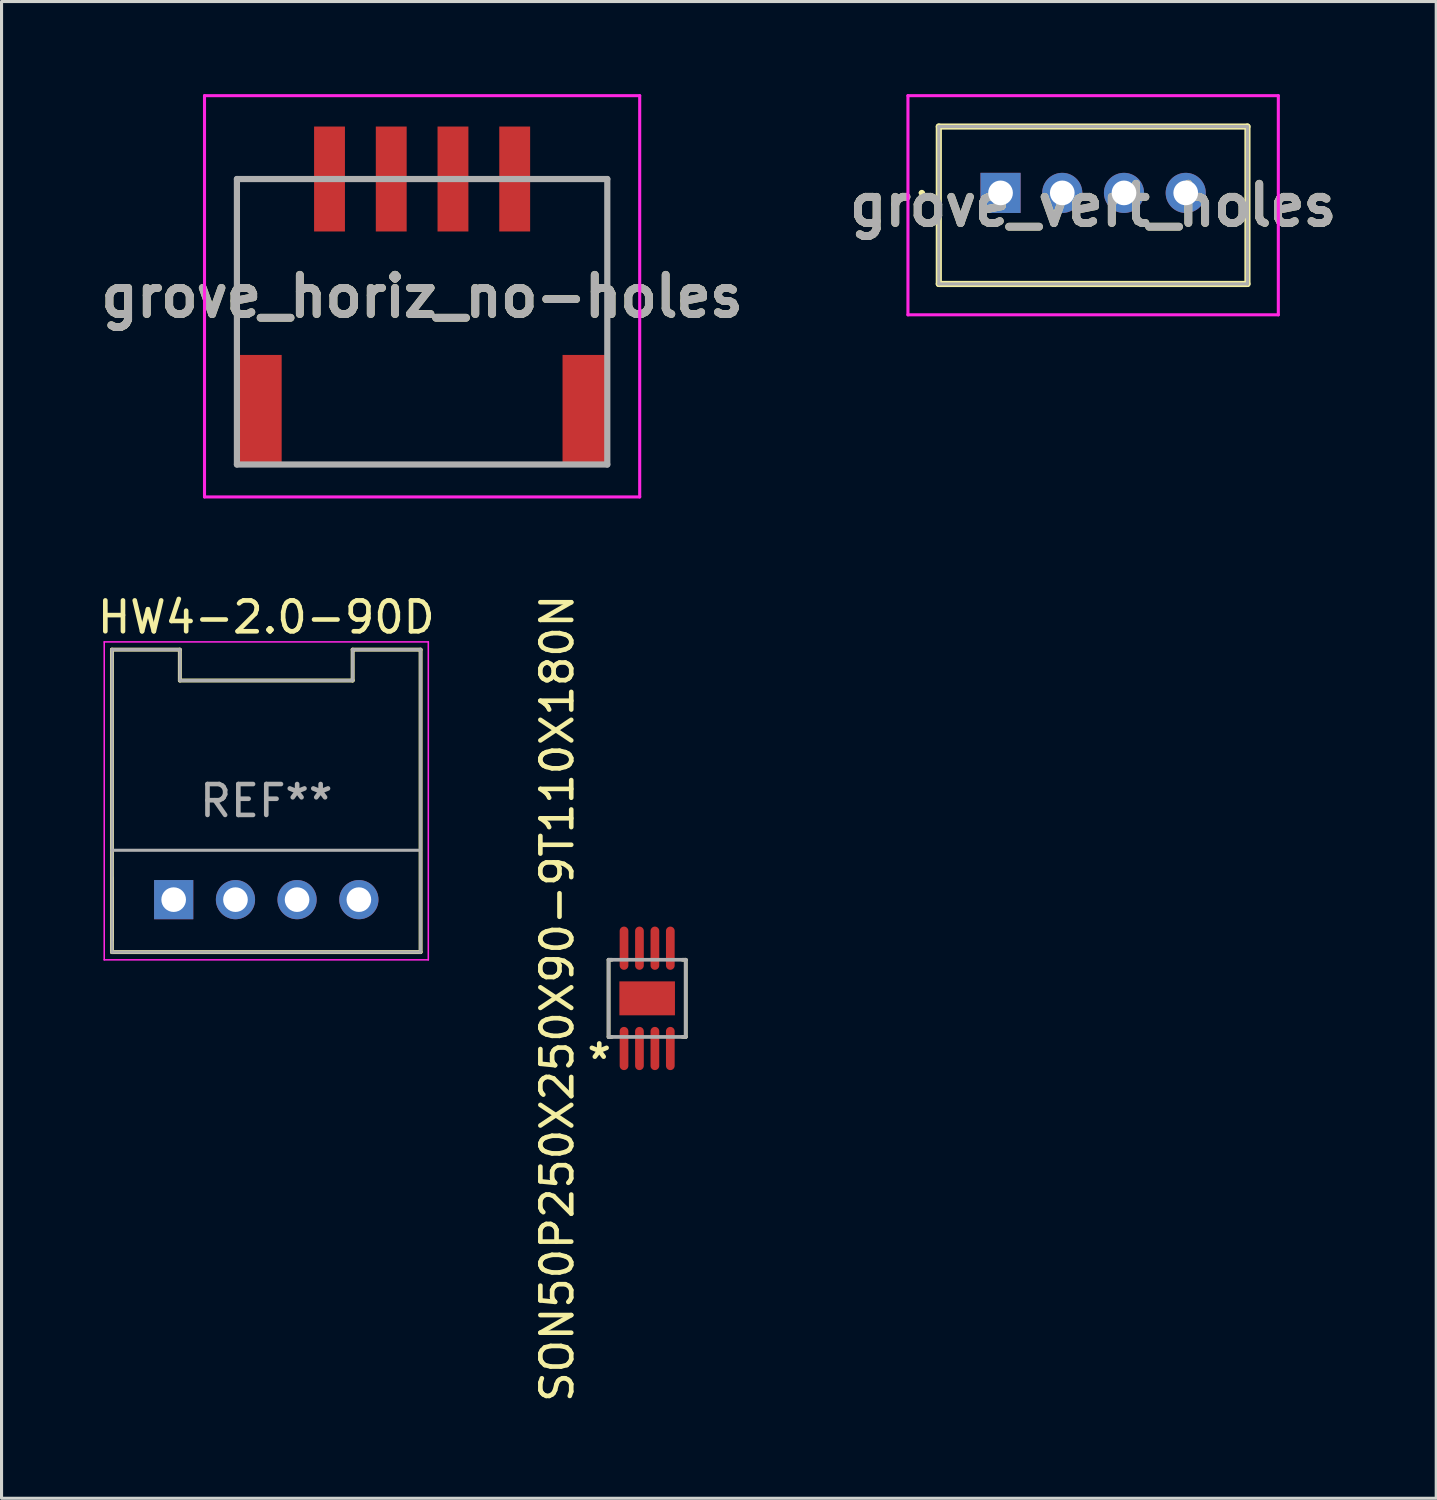
<source format=kicad_pcb>
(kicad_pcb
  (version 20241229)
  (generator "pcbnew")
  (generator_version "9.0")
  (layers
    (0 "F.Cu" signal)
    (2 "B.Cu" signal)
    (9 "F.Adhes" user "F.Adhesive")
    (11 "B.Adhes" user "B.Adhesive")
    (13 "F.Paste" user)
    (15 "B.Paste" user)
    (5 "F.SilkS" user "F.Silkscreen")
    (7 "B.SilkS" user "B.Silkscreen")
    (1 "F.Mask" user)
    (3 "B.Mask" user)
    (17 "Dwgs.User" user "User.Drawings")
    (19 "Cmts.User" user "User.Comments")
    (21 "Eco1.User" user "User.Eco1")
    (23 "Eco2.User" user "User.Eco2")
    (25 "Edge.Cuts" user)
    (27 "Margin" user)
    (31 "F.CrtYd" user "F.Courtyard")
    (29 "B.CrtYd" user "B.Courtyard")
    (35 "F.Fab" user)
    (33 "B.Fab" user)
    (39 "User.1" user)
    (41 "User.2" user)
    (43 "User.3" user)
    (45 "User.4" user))
  (footprint "grove_vert_holes"
    (layer "F.Cu")
    (at 29.367 3.2)
    (property "Reference" "grove_vert_holes" (at 3 0.4 0) (layer "F.SilkS") (effects (font (size 1.27 1.27) (thickness 0.254))))
    (attr through_hole)
    (fp_line (start -2.6 0) (end -2.6 0) (stroke (width 0.1) (type solid)) (layer "F.SilkS"))
    (fp_line (start -2.5 0) (end -2.5 0) (stroke (width 0.1) (type solid)) (layer "F.SilkS"))
    (fp_line (start -2 -2.15) (end 8 -2.15) (stroke (width 0.2) (type solid)) (layer "F.SilkS"))
    (fp_line (start -2 2.95) (end -2 -2.15) (stroke (width 0.2) (type solid)) (layer "F.SilkS"))
    (fp_line (start 8 -2.15) (end 8 2.95) (stroke (width 0.2) (type solid)) (layer "F.SilkS"))
    (fp_line (start 8 2.95) (end -2 2.95) (stroke (width 0.2) (type solid)) (layer "F.SilkS"))
    (fp_arc (start -2.6 0) (mid -2.55 -0.05) (end -2.5 0) (stroke (width 0.1) (type solid)) (layer "F.SilkS"))
    (fp_arc (start -2.5 0) (mid -2.55 0.05) (end -2.6 0) (stroke (width 0.1) (type solid)) (layer "F.SilkS"))
    (fp_line (start -3 -3.15) (end 9 -3.15) (stroke (width 0.1) (type solid)) (layer "F.CrtYd"))
    (fp_line (start -3 3.95) (end -3 -3.15) (stroke (width 0.1) (type solid)) (layer "F.CrtYd"))
    (fp_line (start 9 -3.15) (end 9 3.95) (stroke (width 0.1) (type solid)) (layer "F.CrtYd"))
    (fp_line (start 9 3.95) (end -3 3.95) (stroke (width 0.1) (type solid)) (layer "F.CrtYd"))
    (fp_line (start -2 -2.15) (end 8 -2.15) (stroke (width 0.1) (type solid)) (layer "F.Fab"))
    (fp_line (start -2 2.95) (end -2 -2.15) (stroke (width 0.1) (type solid)) (layer "F.Fab"))
    (fp_line (start 8 -2.15) (end 8 2.95) (stroke (width 0.1) (type solid)) (layer "F.Fab"))
    (fp_line (start 8 2.95) (end -2 2.95) (stroke (width 0.1) (type solid)) (layer "F.Fab"))
    (fp_text user "${REFERENCE}" (at 3 0.4 0) (layer "F.Fab") (effects (font (size 1.27 1.27) (thickness 0.254))))
    (pad "1" thru_hole rect (at 0 0) (size 1.3 1.3) (drill 0.8) (layers "*.Cu" "*.Mask"))
    (pad "2" thru_hole circle (at 2 0) (size 1.3 1.3) (drill 0.8) (layers "*.Cu" "*.Mask"))
    (pad "3" thru_hole circle (at 4 0) (size 1.3 1.3) (drill 0.8) (layers "*.Cu" "*.Mask"))
    (pad "4" thru_hole circle (at 6 0) (size 1.3 1.3) (drill 0.8) (layers "*.Cu" "*.Mask")))
  (footprint "SON50P250X250X90-9T110X180N"
    (layer "F.Cu")
    (at 17.918 29.296)
    (property "Reference" "SON50P250X250X90-9T110X180N" (at -2.915 0 90) (layer "F.SilkS") (effects (font (size 1 1) (thickness 0.15))))
    (attr smd)
    (fp_line (start -1.25 -1.25) (end -1.145 -1.25) (stroke (width 0.12) (type solid)) (layer "F.SilkS"))
    (fp_line (start -1.25 1.25) (end -1.25 -1.25) (stroke (width 0.12) (type solid)) (layer "F.SilkS"))
    (fp_line (start -1.145 1.25) (end -1.25 1.25) (stroke (width 0.12) (type solid)) (layer "F.SilkS"))
    (fp_line (start 1.145 1.25) (end 1.25 1.25) (stroke (width 0.12) (type solid)) (layer "F.SilkS"))
    (fp_line (start 1.25 -1.25) (end 1.145 -1.25) (stroke (width 0.12) (type solid)) (layer "F.SilkS"))
    (fp_line (start 1.25 1.25) (end 1.25 -1.25) (stroke (width 0.12) (type solid)) (layer "F.SilkS"))
    (fp_line (start -1.25 -1.25) (end 1.25 -1.25) (stroke (width 0.12) (type solid)) (layer "F.Fab"))
    (fp_line (start -1.25 1.25) (end -1.25 -1.25) (stroke (width 0.12) (type solid)) (layer "F.Fab"))
    (fp_line (start 1.25 -1.25) (end 1.25 1.25) (stroke (width 0.12) (type solid)) (layer "F.Fab"))
    (fp_line (start 1.25 1.25) (end -1.25 1.25) (stroke (width 0.12) (type solid)) (layer "F.Fab"))
    (fp_text user "*" (at -2.032 2.591 0) (unlocked yes) (layer "F.SilkS") (effects (font (size 1 1) (thickness 0.15)) (justify left bottom)))
    (pad "1" smd oval (at -0.75 1.625 90) (size 1.4 0.282) (layers "F.Cu" "F.Mask" "F.Paste"))
    (pad "2" smd oval (at -0.25 1.625 90) (size 1.4 0.282) (layers "F.Cu" "F.Mask" "F.Paste"))
    (pad "3" smd oval (at 0.25 1.625 90) (size 1.4 0.282) (layers "F.Cu" "F.Mask" "F.Paste"))
    (pad "4" smd oval (at 0.75 1.625 90) (size 1.4 0.282) (layers "F.Cu" "F.Mask" "F.Paste"))
    (pad "5" smd oval (at 0.75 -1.625 90) (size 1.4 0.282) (layers "F.Cu" "F.Mask" "F.Paste"))
    (pad "6" smd oval (at 0.25 -1.625 90) (size 1.4 0.282) (layers "F.Cu" "F.Mask" "F.Paste"))
    (pad "7" smd oval (at -0.25 -1.625 90) (size 1.4 0.282) (layers "F.Cu" "F.Mask" "F.Paste"))
    (pad "8" smd oval (at -0.75 -1.625 90) (size 1.4 0.282) (layers "F.Cu" "F.Mask" "F.Paste"))
    (pad "9" smd rect (at 0 0 90) (size 1.1 1.8) (layers "F.Cu" "F.Mask" "F.Paste")))
  (footprint "grove_horiz_no-holes"
    (layer "F.Cu")
    (at 10.626 6.55)
    (property "Reference" "grove_horiz_no-holes" (at 0 0 0) (layer "F.SilkS") (effects (font (size 1.27 1.27) (thickness 0.254))))
    (attr smd)
    (fp_line (start -6 -3.8) (end -3.8 -3.8) (stroke (width 0.1) (type solid)) (layer "F.SilkS"))
    (fp_line (start -6 1.425) (end -6 -3.8) (stroke (width 0.1) (type solid)) (layer "F.SilkS"))
    (fp_line (start -4.2 5.45) (end 4.2 5.45) (stroke (width 0.1) (type solid)) (layer "F.SilkS"))
    (fp_line (start 6 -3.8) (end 3.8 -3.8) (stroke (width 0.1) (type solid)) (layer "F.SilkS"))
    (fp_line (start 6 1.425) (end 6 -3.8) (stroke (width 0.1) (type solid)) (layer "F.SilkS"))
    (fp_line (start -7.05 -6.5) (end 7.05 -6.5) (stroke (width 0.1) (type solid)) (layer "F.CrtYd"))
    (fp_line (start -7.05 6.5) (end -7.05 -6.5) (stroke (width 0.1) (type solid)) (layer "F.CrtYd"))
    (fp_line (start 7.05 -6.5) (end 7.05 6.5) (stroke (width 0.1) (type solid)) (layer "F.CrtYd"))
    (fp_line (start 7.05 6.5) (end -7.05 6.5) (stroke (width 0.1) (type solid)) (layer "F.CrtYd"))
    (fp_line (start -6 -3.8) (end 6 -3.8) (stroke (width 0.2) (type solid)) (layer "F.Fab"))
    (fp_line (start -6 5.45) (end -6 -3.8) (stroke (width 0.2) (type solid)) (layer "F.Fab"))
    (fp_line (start 6 -3.8) (end 6 5.45) (stroke (width 0.2) (type solid)) (layer "F.Fab"))
    (fp_line (start 6 5.45) (end -6 5.45) (stroke (width 0.2) (type solid)) (layer "F.Fab"))
    (fp_text user "${REFERENCE}" (at 0 0 0) (layer "F.Fab") (effects (font (size 1.27 1.27) (thickness 0.254))))
    (pad "1" smd rect (at -3 -3.8) (size 1 3.4) (layers "F.Cu" "F.Mask" "F.Paste"))
    (pad "2" smd rect (at -1 -3.8) (size 1 3.4) (layers "F.Cu" "F.Mask" "F.Paste"))
    (pad "3" smd rect (at 1 -3.8) (size 1 3.4) (layers "F.Cu" "F.Mask" "F.Paste"))
    (pad "4" smd rect (at 3 -3.8) (size 1 3.4) (layers "F.Cu" "F.Mask" "F.Paste"))
    (pad "MP1" smd rect (at -5.3 3.7) (size 1.5 3.6) (layers "F.Cu" "F.Mask" "F.Paste"))
    (pad "MP2" smd rect (at 5.3 3.7) (size 1.5 3.6) (layers "F.Cu" "F.Mask" "F.Paste")))
  (footprint "HW4-2.0-90D"
    (layer "F.Cu")
    (at 5.577 22.898)
    (property "Reference" "HW4-2.0-90D" (at 0 -5.95 0) (layer "F.SilkS") (effects (font (size 1 1) (thickness 0.15))))
    (attr exclude_from_pos_files exclude_from_bom)
    (fp_line (start -5.001 -4.9) (end -2.8 -4.9) (stroke (width 0.127) (type solid)) (layer "F.SilkS"))
    (fp_line (start -5 -4.9) (end -5 4.9) (stroke (width 0.127) (type solid)) (layer "F.SilkS"))
    (fp_line (start -4.999 2.502) (end -4.999 4.498) (stroke (width 0.127) (type solid)) (layer "F.SilkS"))
    (fp_line (start -2.8 -4.9) (end -2.8 -3.899) (stroke (width 0.127) (type solid)) (layer "F.SilkS"))
    (fp_line (start -2.799 -3.9) (end 2.799 -3.9) (stroke (width 0.127) (type solid)) (layer "F.SilkS"))
    (fp_line (start 2.799 -4.9) (end 5 -4.9) (stroke (width 0.127) (type solid)) (layer "F.SilkS"))
    (fp_line (start 2.799 -3.899) (end 2.799 -4.9) (stroke (width 0.127) (type solid)) (layer "F.SilkS"))
    (fp_line (start 5 -4.9) (end 5 4.9) (stroke (width 0.127) (type solid)) (layer "F.SilkS"))
    (fp_line (start 5 4.9) (end -5 4.9) (stroke (width 0.127) (type solid)) (layer "F.SilkS"))
    (fp_line (start -5.25 -5.15) (end -5.25 5.15) (stroke (width 0.05) (type solid)) (layer "F.CrtYd"))
    (fp_line (start -5.25 5.15) (end 5.25 5.15) (stroke (width 0.05) (type solid)) (layer "F.CrtYd"))
    (fp_line (start 5.25 -5.15) (end -5.25 -5.15) (stroke (width 0.05) (type solid)) (layer "F.CrtYd"))
    (fp_line (start 5.25 5.15) (end 5.25 -5.15) (stroke (width 0.05) (type solid)) (layer "F.CrtYd"))
    (fp_line (start -5 -4.9) (end -2.799 -4.9) (stroke (width 0.1) (type solid)) (layer "F.Fab"))
    (fp_line (start -5 1.6) (end 5 1.6) (stroke (width 0.1) (type solid)) (layer "F.Fab"))
    (fp_line (start -5 4.9) (end -5 -4.9) (stroke (width 0.1) (type solid)) (layer "F.Fab"))
    (fp_line (start -5 4.9) (end 5 4.9) (stroke (width 0.1) (type solid)) (layer "F.Fab"))
    (fp_line (start -2.799 -4.9) (end -2.799 -3.899) (stroke (width 0.1) (type solid)) (layer "F.Fab"))
    (fp_line (start -2.799 -3.899) (end 2.799 -3.899) (stroke (width 0.1) (type solid)) (layer "F.Fab"))
    (fp_line (start 2.799 -4.9) (end 5 -4.9) (stroke (width 0.1) (type solid)) (layer "F.Fab"))
    (fp_line (start 2.799 -3.899) (end 2.799 -4.9) (stroke (width 0.1) (type solid)) (layer "F.Fab"))
    (fp_line (start 5 4.9) (end 5 -4.9) (stroke (width 0.1) (type solid)) (layer "F.Fab"))
    (fp_text user "REF**" (at 0 0 0) (layer "F.Fab") (effects (font (size 1 1) (thickness 0.15))))
    (pad "1" thru_hole rect (at -3 3.2) (size 1.27 1.27) (drill 0.798) (layers "*.Cu" "*.Mask"))
    (pad "2" thru_hole circle (at -0.998 3.2) (size 1.27 1.27) (drill 0.798) (layers "*.Cu" "*.Mask"))
    (pad "3" thru_hole circle (at 0.998 3.2) (size 1.27 1.27) (drill 0.798) (layers "*.Cu" "*.Mask"))
    (pad "4" thru_hole circle (at 3 3.2) (size 1.27 1.27) (drill 0.798) (layers "*.Cu" "*.Mask")))
  (gr_rect
    (start -3 -3)
    (end 43.483 45.493)
    (stroke (width 0.1) (type default))
    (fill no)
    (layer "Edge.Cuts")))
</source>
